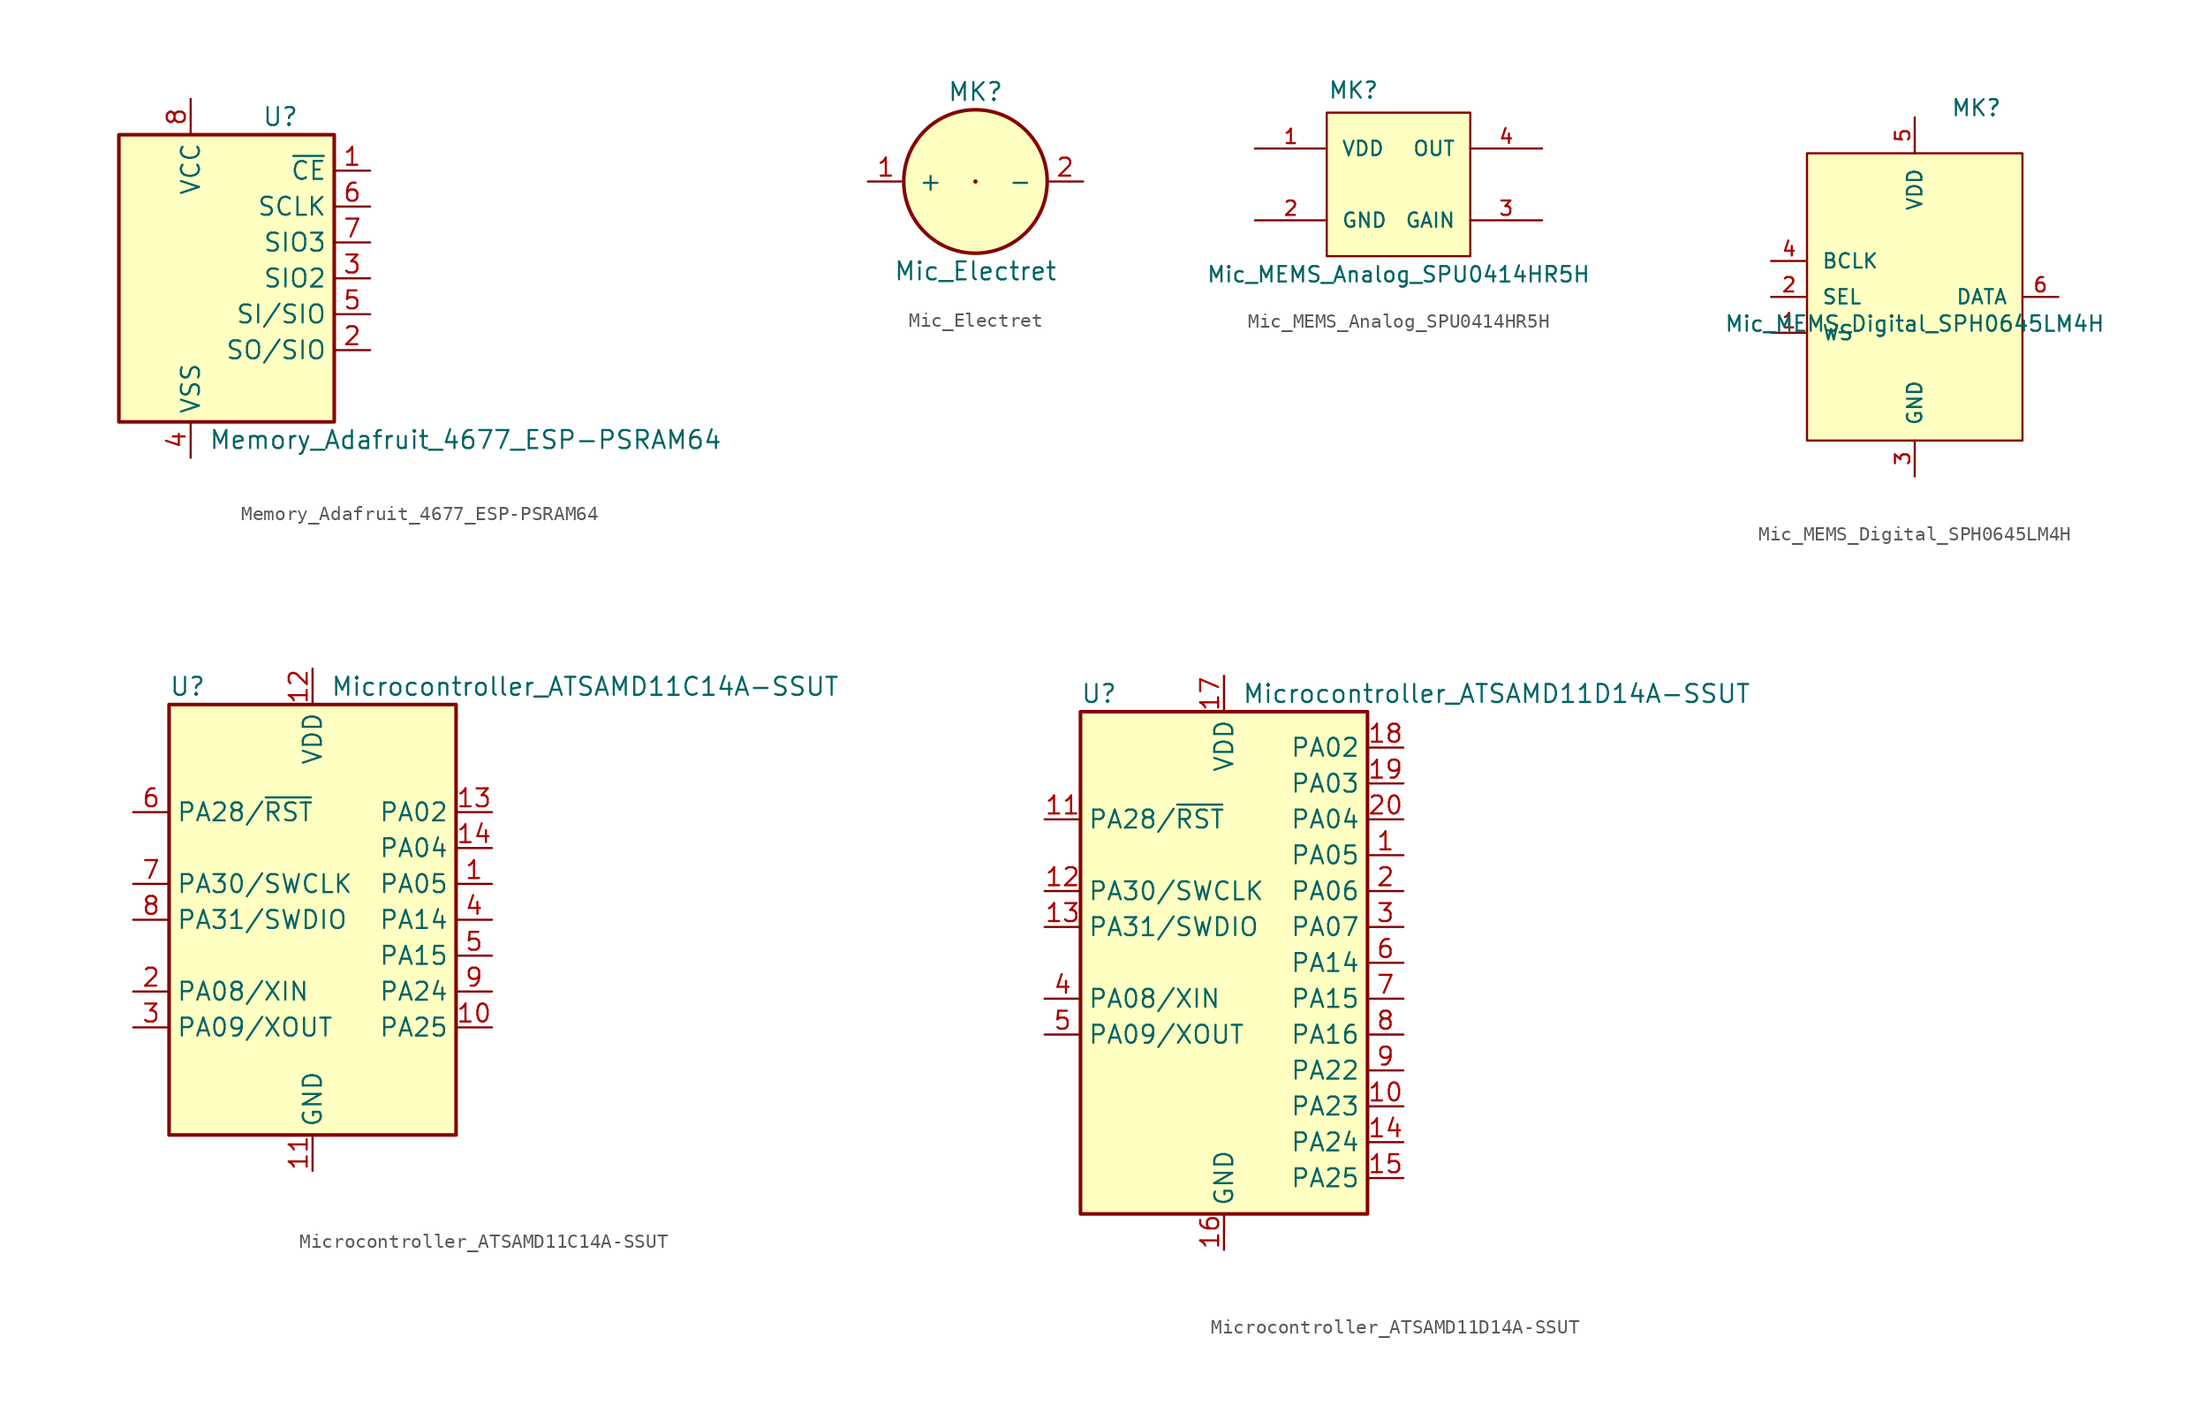
<source format=kicad_sym>
(kicad_symbol_lib
  (version 20211014)
  (generator kicad_symbol_editor)
  (symbol "Memory_Adafruit_4677_ESP-PSRAM64"
    (property "Reference" "U"
      (at 3.81 11.43 0)
      (effects (font (size 1.27 1.27))))
    (property "Value" "Memory_Adafruit_4677_ESP-PSRAM64"
      (at -1.27 -11.43 0)
      (effects (font (size 1.27 1.27)) (justify left)))
    (symbol "Memory_Adafruit_4677_ESP-PSRAM64_0_1"
      (rectangle (start -7.62 10.16) (end 7.62 -10.16) (stroke (width 0.254) (type default) (color 0 0 0 0)) (fill (type background))))
    (symbol "Memory_Adafruit_4677_ESP-PSRAM64_1_1"
      (pin input line (at 10.16 7.62 180) (length 2.54) (name "~{CE}" (effects (font (size 1.27 1.27)))) (number "1" (effects (font (size 1.27 1.27)))))
      (pin output line (at 10.16 -5.08 180) (length 2.54) (name "SO/SIO" (effects (font (size 1.27 1.27)))) (number "2" (effects (font (size 1.27 1.27)))))
      (pin bidirectional line (at 10.16 0 180) (length 2.54) (name "SIO2" (effects (font (size 1.27 1.27)))) (number "3" (effects (font (size 1.27 1.27)))))
      (pin power_in line (at -2.54 -12.7 90) (length 2.54) (name "VSS" (effects (font (size 1.27 1.27)))) (number "4" (effects (font (size 1.27 1.27)))))
      (pin input line (at 10.16 -2.54 180) (length 2.54) (name "SI/SIO" (effects (font (size 1.27 1.27)))) (number "5" (effects (font (size 1.27 1.27)))))
      (pin output line (at 10.16 5.08 180) (length 2.54) (name "SCLK" (effects (font (size 1.27 1.27)))) (number "6" (effects (font (size 1.27 1.27)))))
      (pin bidirectional line (at 10.16 2.54 180) (length 2.54) (name "SIO3" (effects (font (size 1.27 1.27)))) (number "7" (effects (font (size 1.27 1.27)))))
      (pin power_in line (at -2.54 12.7 270) (length 2.54) (name "VCC" (effects (font (size 1.27 1.27)))) (number "8" (effects (font (size 1.27 1.27)))))))
  (symbol "Mic_Electret"
    (pin_names
      (offset 1.016))
    (property "Reference" "MK"
      (at 0 6.35 0)
      (effects (font (size 1.27 1.27))))
    (property "Value" "Mic_Electret"
      (at 0 -6.35 0)
      (effects (font (size 1.27 1.27))))
    (symbol "Mic_Electret_0_1"
      (circle (center 0 0) (radius 0.0001) (stroke (width 0) (type default) (color 0 0 0 0)) (fill (type none)))
      (circle (center 0 0) (radius 5.08) (stroke (width 0.254) (type default) (color 0 0 0 0)) (fill (type background))))
    (symbol "Mic_Electret_1_1"
      (pin passive line (at -7.62 0 0) (length 2.54) (name "+" (effects (font (size 1.27 1.27)))) (number "1" (effects (font (size 1.27 1.27)))))
      (pin passive line (at 7.62 0 180) (length 2.54) (name "-" (effects (font (size 1.27 1.27)))) (number "2" (effects (font (size 1.27 1.27)))))))
  (symbol "Mic_MEMS_Analog_SPU0414HR5H"
    (pin_names
      (offset 1.016))
    (property "Reference" "MK"
      (at -5.004 5.994 0)
      (effects (font (size 1.143 1.143)) (justify left bottom)))
    (property "Value" "Mic_MEMS_Analog_SPU0414HR5H"
      (at 0 -7.01 0)
      (effects (font (size 1.092 1.092)) (justify bottom)))
    (symbol "Mic_MEMS_Analog_SPU0414HR5H_0_1"
      (rectangle (start -5.08 5.08) (end 5.08 -5.08) (stroke (width 0) (type default) (color 0 0 0 0)) (fill (type background))))
    (symbol "Mic_MEMS_Analog_SPU0414HR5H_1_1"
      (pin power_in line (at -10.16 2.54 0) (length 5.08) (name "VDD" (effects (font (size 1.016 1.016)))) (number "1" (effects (font (size 1.016 1.016)))))
      (pin power_in line (at -10.16 -2.54 0) (length 5.08) (name "GND" (effects (font (size 1.016 1.016)))) (number "2" (effects (font (size 1.016 1.016)))))
      (pin bidirectional line (at 10.16 -2.54 180) (length 5.08) (name "GAIN" (effects (font (size 1.016 1.016)))) (number "3" (effects (font (size 1.016 1.016)))))
      (pin output line (at 10.16 2.54 180) (length 5.08) (name "OUT" (effects (font (size 1.016 1.016)))) (number "4" (effects (font (size 1.016 1.016)))))))
  (symbol "Mic_MEMS_Digital_SPH0645LM4H"
    (pin_names
      (offset 1.016))
    (property "Reference" "MK"
      (at 2.54 12.7 0)
      (effects (font (size 1.143 1.143)) (justify left bottom)))
    (property "Value" "Mic_MEMS_Digital_SPH0645LM4H"
      (at 0 -2.54 0)
      (effects (font (size 1.092 1.092)) (justify bottom)))
    (symbol "Mic_MEMS_Digital_SPH0645LM4H_0_1"
      (rectangle (start -7.62 10.16) (end 7.62 -10.16) (stroke (width 0) (type default) (color 0 0 0 0)) (fill (type background))))
    (symbol "Mic_MEMS_Digital_SPH0645LM4H_1_1"
      (pin input line (at -10.16 -2.54 0) (length 2.54) (name "WS" (effects (font (size 1.016 1.016)))) (number "1" (effects (font (size 1.016 1.016)))))
      (pin input line (at -10.16 0 0) (length 2.54) (name "SEL" (effects (font (size 1.016 1.016)))) (number "2" (effects (font (size 1.016 1.016)))))
      (pin power_in line (at 0 -12.7 90) (length 2.54) (name "GND" (effects (font (size 1.016 1.016)))) (number "3" (effects (font (size 1.016 1.016)))))
      (pin input line (at -10.16 2.54 0) (length 2.54) (name "BCLK" (effects (font (size 1.016 1.016)))) (number "4" (effects (font (size 1.016 1.016)))))
      (pin power_in line (at 0 12.7 270) (length 2.54) (name "VDD" (effects (font (size 1.016 1.016)))) (number "5" (effects (font (size 1.016 1.016)))))
      (pin output line (at 10.16 0 180) (length 2.54) (name "DATA" (effects (font (size 1.016 1.016)))) (number "6" (effects (font (size 1.016 1.016)))))))
  (symbol "Microcontroller_ATSAMD11C14A-SSUT"
    (property "Reference" "U"
      (at -10.16 16.51 0)
      (effects (font (size 1.27 1.27)) (justify left)))
    (property "Value" "Microcontroller_ATSAMD11C14A-SSUT"
      (at 1.27 16.51 0)
      (effects (font (size 1.27 1.27)) (justify left)))
    (symbol "Microcontroller_ATSAMD11C14A-SSUT_0_1"
      (rectangle (start -10.16 15.24) (end 10.16 -15.24) (stroke (width 0.254) (type default) (color 0 0 0 0)) (fill (type background))))
    (symbol "Microcontroller_ATSAMD11C14A-SSUT_1_1"
      (pin bidirectional line (at 12.7 2.54 180) (length 2.54) (name "PA05" (effects (font (size 1.27 1.27)))) (number "1" (effects (font (size 1.27 1.27)))))
      (pin bidirectional line (at 12.7 -7.62 180) (length 2.54) (name "PA25" (effects (font (size 1.27 1.27)))) (number "10" (effects (font (size 1.27 1.27)))))
      (pin power_in line (at 0 -17.78 90) (length 2.54) (name "GND" (effects (font (size 1.27 1.27)))) (number "11" (effects (font (size 1.27 1.27)))))
      (pin power_in line (at 0 17.78 270) (length 2.54) (name "VDD" (effects (font (size 1.27 1.27)))) (number "12" (effects (font (size 1.27 1.27)))))
      (pin bidirectional line (at 12.7 7.62 180) (length 2.54) (name "PA02" (effects (font (size 1.27 1.27)))) (number "13" (effects (font (size 1.27 1.27)))))
      (pin bidirectional line (at 12.7 5.08 180) (length 2.54) (name "PA04" (effects (font (size 1.27 1.27)))) (number "14" (effects (font (size 1.27 1.27)))))
      (pin bidirectional line (at -12.7 -5.08 0) (length 2.54) (name "PA08/XIN" (effects (font (size 1.27 1.27)))) (number "2" (effects (font (size 1.27 1.27)))))
      (pin bidirectional line (at -12.7 -7.62 0) (length 2.54) (name "PA09/XOUT" (effects (font (size 1.27 1.27)))) (number "3" (effects (font (size 1.27 1.27)))))
      (pin bidirectional line (at 12.7 0 180) (length 2.54) (name "PA14" (effects (font (size 1.27 1.27)))) (number "4" (effects (font (size 1.27 1.27)))))
      (pin bidirectional line (at 12.7 -2.54 180) (length 2.54) (name "PA15" (effects (font (size 1.27 1.27)))) (number "5" (effects (font (size 1.27 1.27)))))
      (pin bidirectional line (at -12.7 7.62 0) (length 2.54) (name "PA28/~{RST}" (effects (font (size 1.27 1.27)))) (number "6" (effects (font (size 1.27 1.27)))))
      (pin bidirectional line (at -12.7 2.54 0) (length 2.54) (name "PA30/SWCLK" (effects (font (size 1.27 1.27)))) (number "7" (effects (font (size 1.27 1.27)))))
      (pin bidirectional line (at -12.7 0 0) (length 2.54) (name "PA31/SWDIO" (effects (font (size 1.27 1.27)))) (number "8" (effects (font (size 1.27 1.27)))))
      (pin bidirectional line (at 12.7 -5.08 180) (length 2.54) (name "PA24" (effects (font (size 1.27 1.27)))) (number "9" (effects (font (size 1.27 1.27)))))))
  (symbol "Microcontroller_ATSAMD11D14A-SSUT"
    (property "Reference" "U"
      (at -10.16 19.05 0)
      (effects (font (size 1.27 1.27)) (justify left)))
    (property "Value" "Microcontroller_ATSAMD11D14A-SSUT"
      (at 1.27 19.05 0)
      (effects (font (size 1.27 1.27)) (justify left)))
    (symbol "Microcontroller_ATSAMD11D14A-SSUT_0_1"
      (rectangle (start -10.16 17.78) (end 10.16 -17.78) (stroke (width 0.254) (type default) (color 0 0 0 0)) (fill (type background))))
    (symbol "Microcontroller_ATSAMD11D14A-SSUT_1_1"
      (pin bidirectional line (at 12.7 7.62 180) (length 2.54) (name "PA05" (effects (font (size 1.27 1.27)))) (number "1" (effects (font (size 1.27 1.27)))))
      (pin bidirectional line (at 12.7 -10.16 180) (length 2.54) (name "PA23" (effects (font (size 1.27 1.27)))) (number "10" (effects (font (size 1.27 1.27)))))
      (pin bidirectional line (at -12.7 10.16 0) (length 2.54) (name "PA28/~{RST}" (effects (font (size 1.27 1.27)))) (number "11" (effects (font (size 1.27 1.27)))))
      (pin bidirectional line (at -12.7 5.08 0) (length 2.54) (name "PA30/SWCLK" (effects (font (size 1.27 1.27)))) (number "12" (effects (font (size 1.27 1.27)))))
      (pin bidirectional line (at -12.7 2.54 0) (length 2.54) (name "PA31/SWDIO" (effects (font (size 1.27 1.27)))) (number "13" (effects (font (size 1.27 1.27)))))
      (pin bidirectional line (at 12.7 -12.7 180) (length 2.54) (name "PA24" (effects (font (size 1.27 1.27)))) (number "14" (effects (font (size 1.27 1.27)))))
      (pin bidirectional line (at 12.7 -15.24 180) (length 2.54) (name "PA25" (effects (font (size 1.27 1.27)))) (number "15" (effects (font (size 1.27 1.27)))))
      (pin power_in line (at 0 -20.32 90) (length 2.54) (name "GND" (effects (font (size 1.27 1.27)))) (number "16" (effects (font (size 1.27 1.27)))))
      (pin power_in line (at 0 20.32 270) (length 2.54) (name "VDD" (effects (font (size 1.27 1.27)))) (number "17" (effects (font (size 1.27 1.27)))))
      (pin bidirectional line (at 12.7 15.24 180) (length 2.54) (name "PA02" (effects (font (size 1.27 1.27)))) (number "18" (effects (font (size 1.27 1.27)))))
      (pin bidirectional line (at 12.7 12.7 180) (length 2.54) (name "PA03" (effects (font (size 1.27 1.27)))) (number "19" (effects (font (size 1.27 1.27)))))
      (pin bidirectional line (at 12.7 5.08 180) (length 2.54) (name "PA06" (effects (font (size 1.27 1.27)))) (number "2" (effects (font (size 1.27 1.27)))))
      (pin bidirectional line (at 12.7 10.16 180) (length 2.54) (name "PA04" (effects (font (size 1.27 1.27)))) (number "20" (effects (font (size 1.27 1.27)))))
      (pin bidirectional line (at 12.7 2.54 180) (length 2.54) (name "PA07" (effects (font (size 1.27 1.27)))) (number "3" (effects (font (size 1.27 1.27)))))
      (pin bidirectional line (at -12.7 -2.54 0) (length 2.54) (name "PA08/XIN" (effects (font (size 1.27 1.27)))) (number "4" (effects (font (size 1.27 1.27)))))
      (pin bidirectional line (at -12.7 -5.08 0) (length 2.54) (name "PA09/XOUT" (effects (font (size 1.27 1.27)))) (number "5" (effects (font (size 1.27 1.27)))))
      (pin bidirectional line (at 12.7 0 180) (length 2.54) (name "PA14" (effects (font (size 1.27 1.27)))) (number "6" (effects (font (size 1.27 1.27)))))
      (pin bidirectional line (at 12.7 -2.54 180) (length 2.54) (name "PA15" (effects (font (size 1.27 1.27)))) (number "7" (effects (font (size 1.27 1.27)))))
      (pin bidirectional line (at 12.7 -5.08 180) (length 2.54) (name "PA16" (effects (font (size 1.27 1.27)))) (number "8" (effects (font (size 1.27 1.27)))))
      (pin bidirectional line (at 12.7 -7.62 180) (length 2.54) (name "PA22" (effects (font (size 1.27 1.27)))) (number "9" (effects (font (size 1.27 1.27))))))))
</source>
